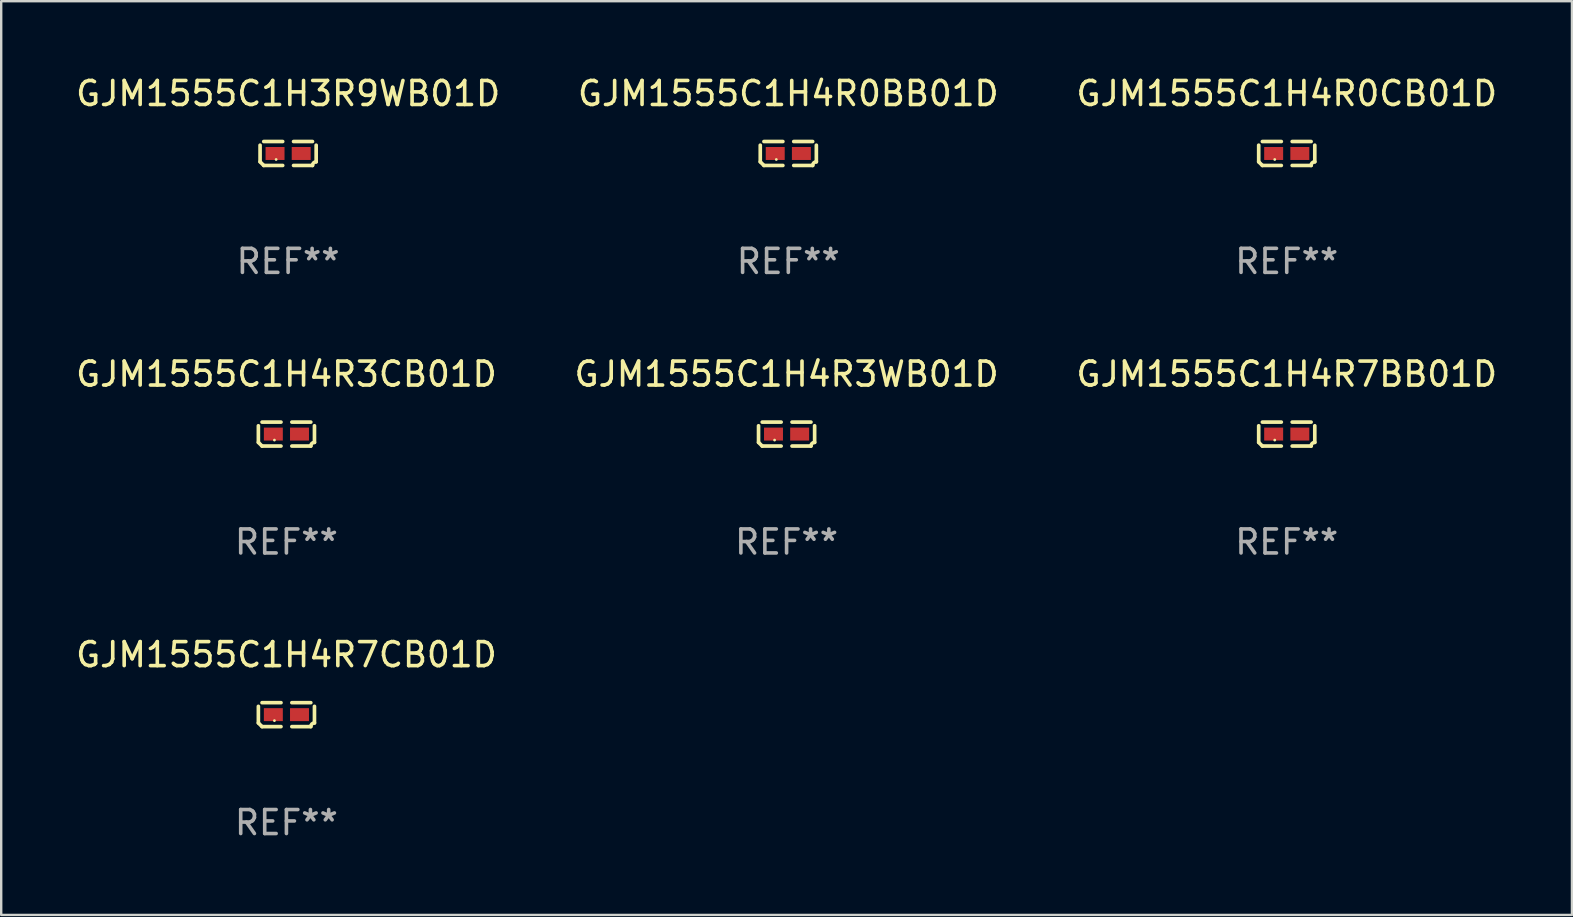
<source format=kicad_pcb>
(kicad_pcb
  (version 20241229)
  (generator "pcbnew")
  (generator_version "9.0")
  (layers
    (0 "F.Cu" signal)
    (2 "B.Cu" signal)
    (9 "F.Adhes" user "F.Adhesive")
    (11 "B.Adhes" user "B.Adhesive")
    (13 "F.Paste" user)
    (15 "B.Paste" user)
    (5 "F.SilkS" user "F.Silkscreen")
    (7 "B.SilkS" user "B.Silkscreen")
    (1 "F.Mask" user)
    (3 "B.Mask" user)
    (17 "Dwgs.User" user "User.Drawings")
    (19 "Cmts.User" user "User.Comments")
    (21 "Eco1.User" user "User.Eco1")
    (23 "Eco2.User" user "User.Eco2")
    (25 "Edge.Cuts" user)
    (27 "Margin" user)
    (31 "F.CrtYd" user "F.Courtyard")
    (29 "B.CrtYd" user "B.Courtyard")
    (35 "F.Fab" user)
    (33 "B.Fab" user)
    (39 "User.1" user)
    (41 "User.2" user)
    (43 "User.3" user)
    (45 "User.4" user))
  (footprint "GJM1555C1H4R7CB01D"
    (layer "F.Cu")
    (at 8.887 26.734)
    (property "Reference" "GJM1555C1H4R7CB01D" (at 0 -2.499 0) (layer "F.SilkS") (effects (font (size 1 1) (thickness 0.15))))
    (attr through_hole)
    (fp_line (start -1.169 0.346) (end -1.169 -0.346) (stroke (width 0.152) (type solid)) (layer "F.SilkS"))
    (fp_line (start -1.016 -0.499) (end -0.226 -0.499) (stroke (width 0.152) (type solid)) (layer "F.SilkS"))
    (fp_line (start -0.226 0.499) (end -1.016 0.499) (stroke (width 0.152) (type solid)) (layer "F.SilkS"))
    (fp_line (start 0.226 0.499) (end 1.016 0.499) (stroke (width 0.152) (type solid)) (layer "F.SilkS"))
    (fp_line (start 1.016 -0.499) (end 0.226 -0.499) (stroke (width 0.152) (type solid)) (layer "F.SilkS"))
    (fp_line (start 1.169 0.346) (end 1.169 -0.346) (stroke (width 0.152) (type solid)) (layer "F.SilkS"))
    (fp_arc (start -1.016307 0.498603) (mid -1.092512 0.422405) (end -1.16871 0.3462) (stroke (width 0.1524) (type solid)) (layer "F.SilkS"))
    (fp_arc (start 1.016307 0.498603) (mid 1.060899 0.390758) (end 1.168707 0.346076) (stroke (width 0.1524) (type solid)) (layer "F.SilkS"))
    (fp_circle (center -0.5 0.25) (end -0.47 0.25) (stroke (width 0.06) (type solid)) (fill no) (layer "F.SilkS"))
    (fp_text user "REF**" (at 0 4.499 0) (layer "F.Fab") (effects (font (size 1 1) (thickness 0.15))))
    (pad "1" smd rect (at -0.545 0) (size 0.79 0.54) (layers "F.Cu" "F.Mask" "F.Paste"))
    (pad "2" smd rect (at 0.545 0) (size 0.79 0.54) (layers "F.Cu" "F.Mask" "F.Paste")))
  (footprint "GJM1555C1H4R0BB01D"
    (layer "F.Cu")
    (at 29.804 3.347)
    (property "Reference" "GJM1555C1H4R0BB01D" (at 0 -2.499 0) (layer "F.SilkS") (effects (font (size 1 1) (thickness 0.15))))
    (attr through_hole)
    (fp_line (start -1.169 0.346) (end -1.169 -0.346) (stroke (width 0.152) (type solid)) (layer "F.SilkS"))
    (fp_line (start -1.016 -0.499) (end -0.226 -0.499) (stroke (width 0.152) (type solid)) (layer "F.SilkS"))
    (fp_line (start -0.226 0.499) (end -1.016 0.499) (stroke (width 0.152) (type solid)) (layer "F.SilkS"))
    (fp_line (start 0.226 0.499) (end 1.016 0.499) (stroke (width 0.152) (type solid)) (layer "F.SilkS"))
    (fp_line (start 1.016 -0.499) (end 0.226 -0.499) (stroke (width 0.152) (type solid)) (layer "F.SilkS"))
    (fp_line (start 1.169 0.346) (end 1.169 -0.346) (stroke (width 0.152) (type solid)) (layer "F.SilkS"))
    (fp_arc (start -1.016307 0.498603) (mid -1.092512 0.422405) (end -1.16871 0.3462) (stroke (width 0.1524) (type solid)) (layer "F.SilkS"))
    (fp_arc (start 1.016307 0.498603) (mid 1.060899 0.390758) (end 1.168707 0.346076) (stroke (width 0.1524) (type solid)) (layer "F.SilkS"))
    (fp_circle (center -0.5 0.25) (end -0.47 0.25) (stroke (width 0.06) (type solid)) (fill no) (layer "F.SilkS"))
    (fp_text user "REF**" (at 0 4.499 0) (layer "F.Fab") (effects (font (size 1 1) (thickness 0.15))))
    (pad "1" smd rect (at -0.545 0) (size 0.79 0.54) (layers "F.Cu" "F.Mask" "F.Paste"))
    (pad "2" smd rect (at 0.545 0) (size 0.79 0.54) (layers "F.Cu" "F.Mask" "F.Paste")))
  (footprint "GJM1555C1H4R3WB01D"
    (layer "F.Cu")
    (at 29.732 15.041)
    (property "Reference" "GJM1555C1H4R3WB01D" (at 0 -2.499 0) (layer "F.SilkS") (effects (font (size 1 1) (thickness 0.15))))
    (attr through_hole)
    (fp_line (start -1.169 0.346) (end -1.169 -0.346) (stroke (width 0.152) (type solid)) (layer "F.SilkS"))
    (fp_line (start -1.016 -0.499) (end -0.226 -0.499) (stroke (width 0.152) (type solid)) (layer "F.SilkS"))
    (fp_line (start -0.226 0.499) (end -1.016 0.499) (stroke (width 0.152) (type solid)) (layer "F.SilkS"))
    (fp_line (start 0.226 0.499) (end 1.016 0.499) (stroke (width 0.152) (type solid)) (layer "F.SilkS"))
    (fp_line (start 1.016 -0.499) (end 0.226 -0.499) (stroke (width 0.152) (type solid)) (layer "F.SilkS"))
    (fp_line (start 1.169 0.346) (end 1.169 -0.346) (stroke (width 0.152) (type solid)) (layer "F.SilkS"))
    (fp_arc (start -1.016307 0.498603) (mid -1.092512 0.422405) (end -1.16871 0.3462) (stroke (width 0.1524) (type solid)) (layer "F.SilkS"))
    (fp_arc (start 1.016307 0.498603) (mid 1.060899 0.390758) (end 1.168707 0.346076) (stroke (width 0.1524) (type solid)) (layer "F.SilkS"))
    (fp_circle (center -0.5 0.25) (end -0.47 0.25) (stroke (width 0.06) (type solid)) (fill no) (layer "F.SilkS"))
    (fp_text user "REF**" (at 0 4.499 0) (layer "F.Fab") (effects (font (size 1 1) (thickness 0.15))))
    (pad "1" smd rect (at -0.545 0) (size 0.79 0.54) (layers "F.Cu" "F.Mask" "F.Paste"))
    (pad "2" smd rect (at 0.545 0) (size 0.79 0.54) (layers "F.Cu" "F.Mask" "F.Paste")))
  (footprint "GJM1555C1H4R3CB01D"
    (layer "F.Cu")
    (at 8.887 15.041)
    (property "Reference" "GJM1555C1H4R3CB01D" (at 0 -2.499 0) (layer "F.SilkS") (effects (font (size 1 1) (thickness 0.15))))
    (attr through_hole)
    (fp_line (start -1.169 0.346) (end -1.169 -0.346) (stroke (width 0.152) (type solid)) (layer "F.SilkS"))
    (fp_line (start -1.016 -0.499) (end -0.226 -0.499) (stroke (width 0.152) (type solid)) (layer "F.SilkS"))
    (fp_line (start -0.226 0.499) (end -1.016 0.499) (stroke (width 0.152) (type solid)) (layer "F.SilkS"))
    (fp_line (start 0.226 0.499) (end 1.016 0.499) (stroke (width 0.152) (type solid)) (layer "F.SilkS"))
    (fp_line (start 1.016 -0.499) (end 0.226 -0.499) (stroke (width 0.152) (type solid)) (layer "F.SilkS"))
    (fp_line (start 1.169 0.346) (end 1.169 -0.346) (stroke (width 0.152) (type solid)) (layer "F.SilkS"))
    (fp_arc (start -1.016307 0.498603) (mid -1.092512 0.422405) (end -1.16871 0.3462) (stroke (width 0.1524) (type solid)) (layer "F.SilkS"))
    (fp_arc (start 1.016307 0.498603) (mid 1.060899 0.390758) (end 1.168707 0.346076) (stroke (width 0.1524) (type solid)) (layer "F.SilkS"))
    (fp_circle (center -0.5 0.25) (end -0.47 0.25) (stroke (width 0.06) (type solid)) (fill no) (layer "F.SilkS"))
    (fp_text user "REF**" (at 0 4.499 0) (layer "F.Fab") (effects (font (size 1 1) (thickness 0.15))))
    (pad "1" smd rect (at -0.545 0) (size 0.79 0.54) (layers "F.Cu" "F.Mask" "F.Paste"))
    (pad "2" smd rect (at 0.545 0) (size 0.79 0.54) (layers "F.Cu" "F.Mask" "F.Paste")))
  (footprint "GJM1555C1H3R9WB01D"
    (layer "F.Cu")
    (at 8.958 3.347)
    (property "Reference" "GJM1555C1H3R9WB01D" (at 0 -2.499 0) (layer "F.SilkS") (effects (font (size 1 1) (thickness 0.15))))
    (attr through_hole)
    (fp_line (start -1.169 0.346) (end -1.169 -0.346) (stroke (width 0.152) (type solid)) (layer "F.SilkS"))
    (fp_line (start -1.016 -0.499) (end -0.226 -0.499) (stroke (width 0.152) (type solid)) (layer "F.SilkS"))
    (fp_line (start -0.226 0.499) (end -1.016 0.499) (stroke (width 0.152) (type solid)) (layer "F.SilkS"))
    (fp_line (start 0.226 0.499) (end 1.016 0.499) (stroke (width 0.152) (type solid)) (layer "F.SilkS"))
    (fp_line (start 1.016 -0.499) (end 0.226 -0.499) (stroke (width 0.152) (type solid)) (layer "F.SilkS"))
    (fp_line (start 1.169 0.346) (end 1.169 -0.346) (stroke (width 0.152) (type solid)) (layer "F.SilkS"))
    (fp_arc (start -1.016307 0.498603) (mid -1.092512 0.422405) (end -1.16871 0.3462) (stroke (width 0.1524) (type solid)) (layer "F.SilkS"))
    (fp_arc (start 1.016307 0.498603) (mid 1.060899 0.390758) (end 1.168707 0.346076) (stroke (width 0.1524) (type solid)) (layer "F.SilkS"))
    (fp_circle (center -0.5 0.25) (end -0.47 0.25) (stroke (width 0.06) (type solid)) (fill no) (layer "F.SilkS"))
    (fp_text user "REF**" (at 0 4.499 0) (layer "F.Fab") (effects (font (size 1 1) (thickness 0.15))))
    (pad "1" smd rect (at -0.545 0) (size 0.79 0.54) (layers "F.Cu" "F.Mask" "F.Paste"))
    (pad "2" smd rect (at 0.545 0) (size 0.79 0.54) (layers "F.Cu" "F.Mask" "F.Paste")))
  (footprint "GJM1555C1H4R7BB01D"
    (layer "F.Cu")
    (at 50.577 15.041)
    (property "Reference" "GJM1555C1H4R7BB01D" (at 0 -2.499 0) (layer "F.SilkS") (effects (font (size 1 1) (thickness 0.15))))
    (attr through_hole)
    (fp_line (start -1.169 0.346) (end -1.169 -0.346) (stroke (width 0.152) (type solid)) (layer "F.SilkS"))
    (fp_line (start -1.016 -0.499) (end -0.226 -0.499) (stroke (width 0.152) (type solid)) (layer "F.SilkS"))
    (fp_line (start -0.226 0.499) (end -1.016 0.499) (stroke (width 0.152) (type solid)) (layer "F.SilkS"))
    (fp_line (start 0.226 0.499) (end 1.016 0.499) (stroke (width 0.152) (type solid)) (layer "F.SilkS"))
    (fp_line (start 1.016 -0.499) (end 0.226 -0.499) (stroke (width 0.152) (type solid)) (layer "F.SilkS"))
    (fp_line (start 1.169 0.346) (end 1.169 -0.346) (stroke (width 0.152) (type solid)) (layer "F.SilkS"))
    (fp_arc (start -1.016307 0.498603) (mid -1.092512 0.422405) (end -1.16871 0.3462) (stroke (width 0.1524) (type solid)) (layer "F.SilkS"))
    (fp_arc (start 1.016307 0.498603) (mid 1.060899 0.390758) (end 1.168707 0.346076) (stroke (width 0.1524) (type solid)) (layer "F.SilkS"))
    (fp_circle (center -0.5 0.25) (end -0.47 0.25) (stroke (width 0.06) (type solid)) (fill no) (layer "F.SilkS"))
    (fp_text user "REF**" (at 0 4.499 0) (layer "F.Fab") (effects (font (size 1 1) (thickness 0.15))))
    (pad "1" smd rect (at -0.545 0) (size 0.79 0.54) (layers "F.Cu" "F.Mask" "F.Paste"))
    (pad "2" smd rect (at 0.545 0) (size 0.79 0.54) (layers "F.Cu" "F.Mask" "F.Paste")))
  (footprint "GJM1555C1H4R0CB01D"
    (layer "F.Cu")
    (at 50.577 3.347)
    (property "Reference" "GJM1555C1H4R0CB01D" (at 0 -2.499 0) (layer "F.SilkS") (effects (font (size 1 1) (thickness 0.15))))
    (attr through_hole)
    (fp_line (start -1.169 0.346) (end -1.169 -0.346) (stroke (width 0.152) (type solid)) (layer "F.SilkS"))
    (fp_line (start -1.016 -0.499) (end -0.226 -0.499) (stroke (width 0.152) (type solid)) (layer "F.SilkS"))
    (fp_line (start -0.226 0.499) (end -1.016 0.499) (stroke (width 0.152) (type solid)) (layer "F.SilkS"))
    (fp_line (start 0.226 0.499) (end 1.016 0.499) (stroke (width 0.152) (type solid)) (layer "F.SilkS"))
    (fp_line (start 1.016 -0.499) (end 0.226 -0.499) (stroke (width 0.152) (type solid)) (layer "F.SilkS"))
    (fp_line (start 1.169 0.346) (end 1.169 -0.346) (stroke (width 0.152) (type solid)) (layer "F.SilkS"))
    (fp_arc (start -1.016307 0.498603) (mid -1.092512 0.422405) (end -1.16871 0.3462) (stroke (width 0.1524) (type solid)) (layer "F.SilkS"))
    (fp_arc (start 1.016307 0.498603) (mid 1.060899 0.390758) (end 1.168707 0.346076) (stroke (width 0.1524) (type solid)) (layer "F.SilkS"))
    (fp_circle (center -0.5 0.25) (end -0.47 0.25) (stroke (width 0.06) (type solid)) (fill no) (layer "F.SilkS"))
    (fp_text user "REF**" (at 0 4.499 0) (layer "F.Fab") (effects (font (size 1 1) (thickness 0.15))))
    (pad "1" smd rect (at -0.545 0) (size 0.79 0.54) (layers "F.Cu" "F.Mask" "F.Paste"))
    (pad "2" smd rect (at 0.545 0) (size 0.79 0.54) (layers "F.Cu" "F.Mask" "F.Paste")))
  (gr_rect
    (start -3 -3)
    (end 62.464 35.081)
    (stroke (width 0.1) (type default))
    (fill no)
    (layer "Edge.Cuts")))
</source>
